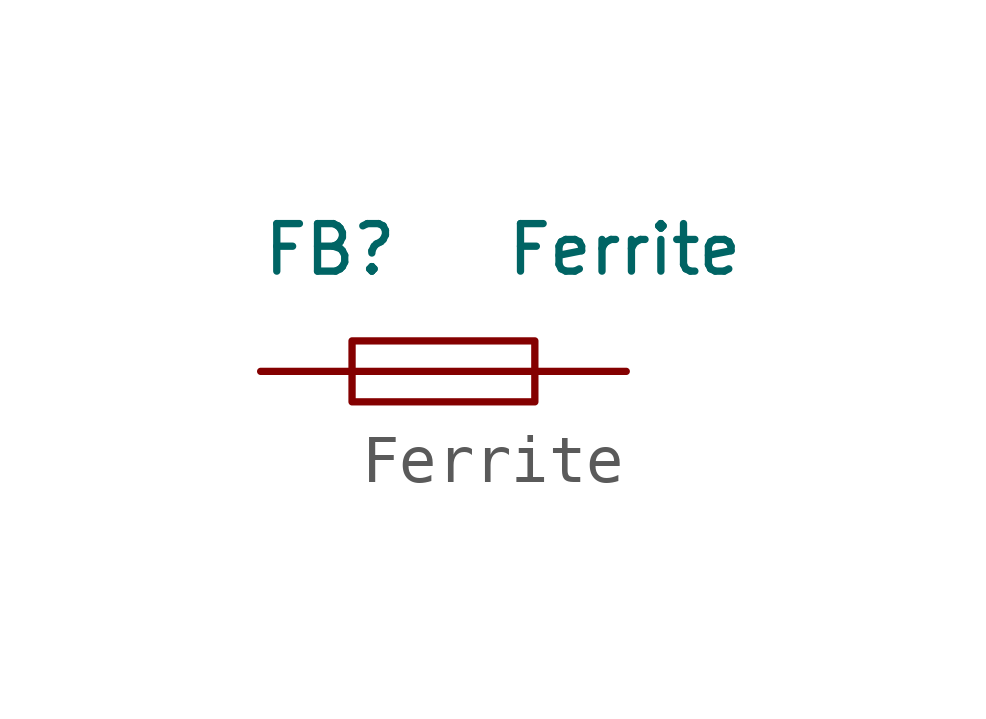
<source format=kicad_sym>
(kicad_symbol_lib
  (version 20220914)
  (generator kicad_symbol_editor)
  (symbol "Ferrite"
    (pin_numbers hide)
    (pin_names hide)
    (property "Reference" "FB"
      (at -3.81 2.54 0)
      (effects (font (size 0.991 0.991)) (justify left)))
    (property "Value" "Ferrite"
      (at 1.27 2.54 0)
      (effects (font (size 0.991 0.991)) (justify left)))
    (symbol "Ferrite_0_1"
      (polyline (pts (xy -1.905 0) (xy 1.905 0)) (stroke (width 0) (type default)) (fill (type none)))
      (polyline (pts (xy -1.905 0.635) (xy -1.905 -0.635) (xy 1.905 -0.635) (xy 1.905 0.635) (xy -1.905 0.635)) (stroke (width 0) (type default)) (fill (type none))))
    (symbol "Ferrite_1_1"
      (pin passive line (at -3.81 0 0) (length 1.905) (name "1" (effects (font (size 1.27 1.27)))) (number "1" (effects (font (size 1.27 1.27)))))
      (pin passive line (at 3.81 0 180) (length 1.905) (name "2" (effects (font (size 1.27 1.27)))) (number "2" (effects (font (size 1.27 1.27))))))))
</source>
